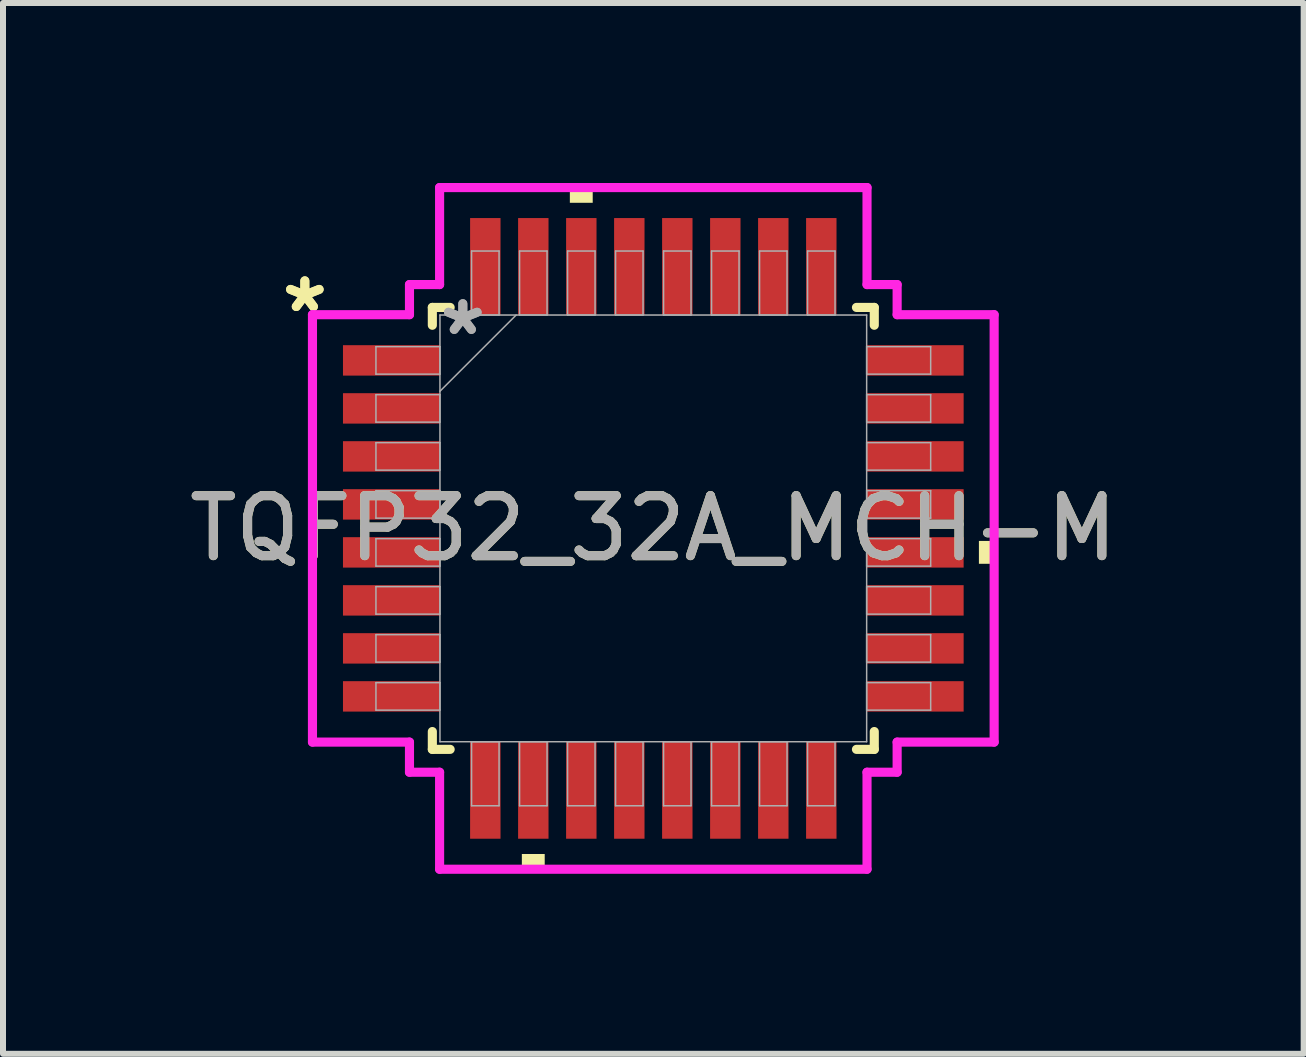
<source format=kicad_pcb>
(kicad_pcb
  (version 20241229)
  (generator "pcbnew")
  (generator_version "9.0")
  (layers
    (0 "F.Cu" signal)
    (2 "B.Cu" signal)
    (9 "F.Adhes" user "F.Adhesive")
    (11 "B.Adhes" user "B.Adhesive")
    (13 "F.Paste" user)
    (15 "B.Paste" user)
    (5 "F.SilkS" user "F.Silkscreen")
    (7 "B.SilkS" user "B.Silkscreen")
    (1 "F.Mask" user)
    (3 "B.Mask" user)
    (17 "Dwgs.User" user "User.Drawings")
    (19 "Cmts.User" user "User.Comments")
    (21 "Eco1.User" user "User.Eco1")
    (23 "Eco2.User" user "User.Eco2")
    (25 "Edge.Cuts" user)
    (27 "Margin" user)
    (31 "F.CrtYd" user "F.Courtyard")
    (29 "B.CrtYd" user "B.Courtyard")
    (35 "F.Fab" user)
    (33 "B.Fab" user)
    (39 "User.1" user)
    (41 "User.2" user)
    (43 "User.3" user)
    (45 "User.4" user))
  (footprint "TQFP32_32A_MCH-M"
    (layer "F.Cu")
    (at 7.839 5.757)
    (property "Reference" "TQFP32_32A_MCH-M" (at 0 0 0) (unlocked yes) (layer "F.SilkS") (effects (font (size 1 1) (thickness 0.15))))
    (attr smd)
    (fp_line (start -3.683 -3.683) (end -3.683 -3.386) (stroke (width 0.152) (type solid)) (layer "F.SilkS"))
    (fp_line (start -3.683 3.386) (end -3.683 3.683) (stroke (width 0.152) (type solid)) (layer "F.SilkS"))
    (fp_line (start -3.683 3.683) (end -3.386 3.683) (stroke (width 0.152) (type solid)) (layer "F.SilkS"))
    (fp_line (start -3.386 -3.683) (end -3.683 -3.683) (stroke (width 0.152) (type solid)) (layer "F.SilkS"))
    (fp_line (start 3.386 3.683) (end 3.683 3.683) (stroke (width 0.152) (type solid)) (layer "F.SilkS"))
    (fp_line (start 3.683 -3.683) (end 3.386 -3.683) (stroke (width 0.152) (type solid)) (layer "F.SilkS"))
    (fp_line (start 3.683 -3.386) (end 3.683 -3.683) (stroke (width 0.152) (type solid)) (layer "F.SilkS"))
    (fp_line (start 3.683 3.683) (end 3.683 3.386) (stroke (width 0.152) (type solid)) (layer "F.SilkS"))
    (fp_poly (pts (xy -2.191 5.427) (xy -2.191 5.681) (xy -1.81 5.681) (xy -1.81 5.427)) (stroke (width 0) (type solid)) (fill yes) (layer "F.SilkS"))
    (fp_poly (pts (xy -1.391 -5.427) (xy -1.391 -5.681) (xy -1.01 -5.681) (xy -1.01 -5.427)) (stroke (width 0) (type solid)) (fill yes) (layer "F.SilkS"))
    (fp_poly (pts (xy 5.681 0.209) (xy 5.681 0.59) (xy 5.427 0.59) (xy 5.427 0.209)) (stroke (width 0) (type solid)) (fill yes) (layer "F.SilkS"))
    (fp_line (start -5.681 -3.562) (end -4.064 -3.562) (stroke (width 0.152) (type solid)) (layer "F.CrtYd"))
    (fp_line (start -5.681 3.562) (end -5.681 -3.562) (stroke (width 0.152) (type solid)) (layer "F.CrtYd"))
    (fp_line (start -4.064 -4.064) (end -3.562 -4.064) (stroke (width 0.152) (type solid)) (layer "F.CrtYd"))
    (fp_line (start -4.064 -3.562) (end -4.064 -4.064) (stroke (width 0.152) (type solid)) (layer "F.CrtYd"))
    (fp_line (start -4.064 3.562) (end -5.681 3.562) (stroke (width 0.152) (type solid)) (layer "F.CrtYd"))
    (fp_line (start -4.064 4.064) (end -4.064 3.562) (stroke (width 0.152) (type solid)) (layer "F.CrtYd"))
    (fp_line (start -4.064 4.064) (end -3.562 4.064) (stroke (width 0.152) (type solid)) (layer "F.CrtYd"))
    (fp_line (start -3.562 -5.681) (end 3.562 -5.681) (stroke (width 0.152) (type solid)) (layer "F.CrtYd"))
    (fp_line (start -3.562 -4.064) (end -3.562 -5.681) (stroke (width 0.152) (type solid)) (layer "F.CrtYd"))
    (fp_line (start -3.562 4.064) (end -3.562 5.681) (stroke (width 0.152) (type solid)) (layer "F.CrtYd"))
    (fp_line (start -3.562 5.681) (end 3.562 5.681) (stroke (width 0.152) (type solid)) (layer "F.CrtYd"))
    (fp_line (start 3.562 -5.681) (end 3.562 -4.064) (stroke (width 0.152) (type solid)) (layer "F.CrtYd"))
    (fp_line (start 3.562 -4.064) (end 4.064 -4.064) (stroke (width 0.152) (type solid)) (layer "F.CrtYd"))
    (fp_line (start 3.562 4.064) (end 4.064 4.064) (stroke (width 0.152) (type solid)) (layer "F.CrtYd"))
    (fp_line (start 3.562 5.681) (end 3.562 4.064) (stroke (width 0.152) (type solid)) (layer "F.CrtYd"))
    (fp_line (start 4.064 -3.562) (end 4.064 -4.064) (stroke (width 0.152) (type solid)) (layer "F.CrtYd"))
    (fp_line (start 4.064 3.562) (end 5.681 3.562) (stroke (width 0.152) (type solid)) (layer "F.CrtYd"))
    (fp_line (start 4.064 4.064) (end 4.064 3.562) (stroke (width 0.152) (type solid)) (layer "F.CrtYd"))
    (fp_line (start 5.681 -3.562) (end 4.064 -3.562) (stroke (width 0.152) (type solid)) (layer "F.CrtYd"))
    (fp_line (start 5.681 3.562) (end 5.681 -3.562) (stroke (width 0.152) (type solid)) (layer "F.CrtYd"))
    (fp_line (start -4.623 -3.029) (end -4.623 -2.571) (stroke (width 0.025) (type solid)) (layer "F.Fab"))
    (fp_line (start -4.623 -2.571) (end -3.556 -2.571) (stroke (width 0.025) (type solid)) (layer "F.Fab"))
    (fp_line (start -4.623 -2.229) (end -4.623 -1.771) (stroke (width 0.025) (type solid)) (layer "F.Fab"))
    (fp_line (start -4.623 -1.771) (end -3.556 -1.771) (stroke (width 0.025) (type solid)) (layer "F.Fab"))
    (fp_line (start -4.623 -1.429) (end -4.623 -0.971) (stroke (width 0.025) (type solid)) (layer "F.Fab"))
    (fp_line (start -4.623 -0.971) (end -3.556 -0.971) (stroke (width 0.025) (type solid)) (layer "F.Fab"))
    (fp_line (start -4.623 -0.629) (end -4.623 -0.171) (stroke (width 0.025) (type solid)) (layer "F.Fab"))
    (fp_line (start -4.623 -0.171) (end -3.556 -0.171) (stroke (width 0.025) (type solid)) (layer "F.Fab"))
    (fp_line (start -4.623 0.171) (end -4.623 0.629) (stroke (width 0.025) (type solid)) (layer "F.Fab"))
    (fp_line (start -4.623 0.629) (end -3.556 0.629) (stroke (width 0.025) (type solid)) (layer "F.Fab"))
    (fp_line (start -4.623 0.971) (end -4.623 1.429) (stroke (width 0.025) (type solid)) (layer "F.Fab"))
    (fp_line (start -4.623 1.429) (end -3.556 1.429) (stroke (width 0.025) (type solid)) (layer "F.Fab"))
    (fp_line (start -4.623 1.771) (end -4.623 2.229) (stroke (width 0.025) (type solid)) (layer "F.Fab"))
    (fp_line (start -4.623 2.229) (end -3.556 2.229) (stroke (width 0.025) (type solid)) (layer "F.Fab"))
    (fp_line (start -4.623 2.571) (end -4.623 3.029) (stroke (width 0.025) (type solid)) (layer "F.Fab"))
    (fp_line (start -4.623 3.029) (end -3.556 3.029) (stroke (width 0.025) (type solid)) (layer "F.Fab"))
    (fp_line (start -3.556 -3.556) (end -3.556 3.556) (stroke (width 0.025) (type solid)) (layer "F.Fab"))
    (fp_line (start -3.556 -3.029) (end -4.623 -3.029) (stroke (width 0.025) (type solid)) (layer "F.Fab"))
    (fp_line (start -3.556 -2.571) (end -3.556 -3.029) (stroke (width 0.025) (type solid)) (layer "F.Fab"))
    (fp_line (start -3.556 -2.286) (end -2.286 -3.556) (stroke (width 0.025) (type solid)) (layer "F.Fab"))
    (fp_line (start -3.556 -2.229) (end -4.623 -2.229) (stroke (width 0.025) (type solid)) (layer "F.Fab"))
    (fp_line (start -3.556 -1.771) (end -3.556 -2.229) (stroke (width 0.025) (type solid)) (layer "F.Fab"))
    (fp_line (start -3.556 -1.429) (end -4.623 -1.429) (stroke (width 0.025) (type solid)) (layer "F.Fab"))
    (fp_line (start -3.556 -0.971) (end -3.556 -1.429) (stroke (width 0.025) (type solid)) (layer "F.Fab"))
    (fp_line (start -3.556 -0.629) (end -4.623 -0.629) (stroke (width 0.025) (type solid)) (layer "F.Fab"))
    (fp_line (start -3.556 -0.171) (end -3.556 -0.629) (stroke (width 0.025) (type solid)) (layer "F.Fab"))
    (fp_line (start -3.556 0.171) (end -4.623 0.171) (stroke (width 0.025) (type solid)) (layer "F.Fab"))
    (fp_line (start -3.556 0.629) (end -3.556 0.171) (stroke (width 0.025) (type solid)) (layer "F.Fab"))
    (fp_line (start -3.556 0.971) (end -4.623 0.971) (stroke (width 0.025) (type solid)) (layer "F.Fab"))
    (fp_line (start -3.556 1.429) (end -3.556 0.971) (stroke (width 0.025) (type solid)) (layer "F.Fab"))
    (fp_line (start -3.556 1.771) (end -4.623 1.771) (stroke (width 0.025) (type solid)) (layer "F.Fab"))
    (fp_line (start -3.556 2.229) (end -3.556 1.771) (stroke (width 0.025) (type solid)) (layer "F.Fab"))
    (fp_line (start -3.556 2.571) (end -4.623 2.571) (stroke (width 0.025) (type solid)) (layer "F.Fab"))
    (fp_line (start -3.556 3.029) (end -3.556 2.571) (stroke (width 0.025) (type solid)) (layer "F.Fab"))
    (fp_line (start -3.556 3.556) (end 3.556 3.556) (stroke (width 0.025) (type solid)) (layer "F.Fab"))
    (fp_line (start -3.029 -4.623) (end -3.029 -3.556) (stroke (width 0.025) (type solid)) (layer "F.Fab"))
    (fp_line (start -3.029 -3.556) (end -2.571 -3.556) (stroke (width 0.025) (type solid)) (layer "F.Fab"))
    (fp_line (start -3.029 3.556) (end -3.029 4.623) (stroke (width 0.025) (type solid)) (layer "F.Fab"))
    (fp_line (start -3.029 4.623) (end -2.571 4.623) (stroke (width 0.025) (type solid)) (layer "F.Fab"))
    (fp_line (start -2.571 -4.623) (end -3.029 -4.623) (stroke (width 0.025) (type solid)) (layer "F.Fab"))
    (fp_line (start -2.571 -3.556) (end -2.571 -4.623) (stroke (width 0.025) (type solid)) (layer "F.Fab"))
    (fp_line (start -2.571 3.556) (end -3.029 3.556) (stroke (width 0.025) (type solid)) (layer "F.Fab"))
    (fp_line (start -2.571 4.623) (end -2.571 3.556) (stroke (width 0.025) (type solid)) (layer "F.Fab"))
    (fp_line (start -2.229 -4.623) (end -2.229 -3.556) (stroke (width 0.025) (type solid)) (layer "F.Fab"))
    (fp_line (start -2.229 -3.556) (end -1.771 -3.556) (stroke (width 0.025) (type solid)) (layer "F.Fab"))
    (fp_line (start -2.229 3.556) (end -2.229 4.623) (stroke (width 0.025) (type solid)) (layer "F.Fab"))
    (fp_line (start -2.229 4.623) (end -1.771 4.623) (stroke (width 0.025) (type solid)) (layer "F.Fab"))
    (fp_line (start -1.771 -4.623) (end -2.229 -4.623) (stroke (width 0.025) (type solid)) (layer "F.Fab"))
    (fp_line (start -1.771 -3.556) (end -1.771 -4.623) (stroke (width 0.025) (type solid)) (layer "F.Fab"))
    (fp_line (start -1.771 3.556) (end -2.229 3.556) (stroke (width 0.025) (type solid)) (layer "F.Fab"))
    (fp_line (start -1.771 4.623) (end -1.771 3.556) (stroke (width 0.025) (type solid)) (layer "F.Fab"))
    (fp_line (start -1.429 -4.623) (end -1.429 -3.556) (stroke (width 0.025) (type solid)) (layer "F.Fab"))
    (fp_line (start -1.429 -3.556) (end -0.971 -3.556) (stroke (width 0.025) (type solid)) (layer "F.Fab"))
    (fp_line (start -1.429 3.556) (end -1.429 4.623) (stroke (width 0.025) (type solid)) (layer "F.Fab"))
    (fp_line (start -1.429 4.623) (end -0.971 4.623) (stroke (width 0.025) (type solid)) (layer "F.Fab"))
    (fp_line (start -0.971 -4.623) (end -1.429 -4.623) (stroke (width 0.025) (type solid)) (layer "F.Fab"))
    (fp_line (start -0.971 -3.556) (end -0.971 -4.623) (stroke (width 0.025) (type solid)) (layer "F.Fab"))
    (fp_line (start -0.971 3.556) (end -1.429 3.556) (stroke (width 0.025) (type solid)) (layer "F.Fab"))
    (fp_line (start -0.971 4.623) (end -0.971 3.556) (stroke (width 0.025) (type solid)) (layer "F.Fab"))
    (fp_line (start -0.629 -4.623) (end -0.629 -3.556) (stroke (width 0.025) (type solid)) (layer "F.Fab"))
    (fp_line (start -0.629 -3.556) (end -0.171 -3.556) (stroke (width 0.025) (type solid)) (layer "F.Fab"))
    (fp_line (start -0.629 3.556) (end -0.629 4.623) (stroke (width 0.025) (type solid)) (layer "F.Fab"))
    (fp_line (start -0.629 4.623) (end -0.171 4.623) (stroke (width 0.025) (type solid)) (layer "F.Fab"))
    (fp_line (start -0.171 -4.623) (end -0.629 -4.623) (stroke (width 0.025) (type solid)) (layer "F.Fab"))
    (fp_line (start -0.171 -3.556) (end -0.171 -4.623) (stroke (width 0.025) (type solid)) (layer "F.Fab"))
    (fp_line (start -0.171 3.556) (end -0.629 3.556) (stroke (width 0.025) (type solid)) (layer "F.Fab"))
    (fp_line (start -0.171 4.623) (end -0.171 3.556) (stroke (width 0.025) (type solid)) (layer "F.Fab"))
    (fp_line (start 0.171 -4.623) (end 0.171 -3.556) (stroke (width 0.025) (type solid)) (layer "F.Fab"))
    (fp_line (start 0.171 -3.556) (end 0.629 -3.556) (stroke (width 0.025) (type solid)) (layer "F.Fab"))
    (fp_line (start 0.171 3.556) (end 0.171 4.623) (stroke (width 0.025) (type solid)) (layer "F.Fab"))
    (fp_line (start 0.171 4.623) (end 0.629 4.623) (stroke (width 0.025) (type solid)) (layer "F.Fab"))
    (fp_line (start 0.629 -4.623) (end 0.171 -4.623) (stroke (width 0.025) (type solid)) (layer "F.Fab"))
    (fp_line (start 0.629 -3.556) (end 0.629 -4.623) (stroke (width 0.025) (type solid)) (layer "F.Fab"))
    (fp_line (start 0.629 3.556) (end 0.171 3.556) (stroke (width 0.025) (type solid)) (layer "F.Fab"))
    (fp_line (start 0.629 4.623) (end 0.629 3.556) (stroke (width 0.025) (type solid)) (layer "F.Fab"))
    (fp_line (start 0.971 -4.623) (end 0.971 -3.556) (stroke (width 0.025) (type solid)) (layer "F.Fab"))
    (fp_line (start 0.971 -3.556) (end 1.429 -3.556) (stroke (width 0.025) (type solid)) (layer "F.Fab"))
    (fp_line (start 0.971 3.556) (end 0.971 4.623) (stroke (width 0.025) (type solid)) (layer "F.Fab"))
    (fp_line (start 0.971 4.623) (end 1.429 4.623) (stroke (width 0.025) (type solid)) (layer "F.Fab"))
    (fp_line (start 1.429 -4.623) (end 0.971 -4.623) (stroke (width 0.025) (type solid)) (layer "F.Fab"))
    (fp_line (start 1.429 -3.556) (end 1.429 -4.623) (stroke (width 0.025) (type solid)) (layer "F.Fab"))
    (fp_line (start 1.429 3.556) (end 0.971 3.556) (stroke (width 0.025) (type solid)) (layer "F.Fab"))
    (fp_line (start 1.429 4.623) (end 1.429 3.556) (stroke (width 0.025) (type solid)) (layer "F.Fab"))
    (fp_line (start 1.771 -4.623) (end 1.771 -3.556) (stroke (width 0.025) (type solid)) (layer "F.Fab"))
    (fp_line (start 1.771 -3.556) (end 2.229 -3.556) (stroke (width 0.025) (type solid)) (layer "F.Fab"))
    (fp_line (start 1.771 3.556) (end 1.771 4.623) (stroke (width 0.025) (type solid)) (layer "F.Fab"))
    (fp_line (start 1.771 4.623) (end 2.229 4.623) (stroke (width 0.025) (type solid)) (layer "F.Fab"))
    (fp_line (start 2.229 -4.623) (end 1.771 -4.623) (stroke (width 0.025) (type solid)) (layer "F.Fab"))
    (fp_line (start 2.229 -3.556) (end 2.229 -4.623) (stroke (width 0.025) (type solid)) (layer "F.Fab"))
    (fp_line (start 2.229 3.556) (end 1.771 3.556) (stroke (width 0.025) (type solid)) (layer "F.Fab"))
    (fp_line (start 2.229 4.623) (end 2.229 3.556) (stroke (width 0.025) (type solid)) (layer "F.Fab"))
    (fp_line (start 2.571 -4.623) (end 2.571 -3.556) (stroke (width 0.025) (type solid)) (layer "F.Fab"))
    (fp_line (start 2.571 -3.556) (end 3.029 -3.556) (stroke (width 0.025) (type solid)) (layer "F.Fab"))
    (fp_line (start 2.571 3.556) (end 2.571 4.623) (stroke (width 0.025) (type solid)) (layer "F.Fab"))
    (fp_line (start 2.571 4.623) (end 3.029 4.623) (stroke (width 0.025) (type solid)) (layer "F.Fab"))
    (fp_line (start 3.029 -4.623) (end 2.571 -4.623) (stroke (width 0.025) (type solid)) (layer "F.Fab"))
    (fp_line (start 3.029 -3.556) (end 3.029 -4.623) (stroke (width 0.025) (type solid)) (layer "F.Fab"))
    (fp_line (start 3.029 3.556) (end 2.571 3.556) (stroke (width 0.025) (type solid)) (layer "F.Fab"))
    (fp_line (start 3.029 4.623) (end 3.029 3.556) (stroke (width 0.025) (type solid)) (layer "F.Fab"))
    (fp_line (start 3.556 -3.556) (end -3.556 -3.556) (stroke (width 0.025) (type solid)) (layer "F.Fab"))
    (fp_line (start 3.556 -3.029) (end 3.556 -2.571) (stroke (width 0.025) (type solid)) (layer "F.Fab"))
    (fp_line (start 3.556 -2.571) (end 4.623 -2.571) (stroke (width 0.025) (type solid)) (layer "F.Fab"))
    (fp_line (start 3.556 -2.229) (end 3.556 -1.771) (stroke (width 0.025) (type solid)) (layer "F.Fab"))
    (fp_line (start 3.556 -1.771) (end 4.623 -1.771) (stroke (width 0.025) (type solid)) (layer "F.Fab"))
    (fp_line (start 3.556 -1.429) (end 3.556 -0.971) (stroke (width 0.025) (type solid)) (layer "F.Fab"))
    (fp_line (start 3.556 -0.971) (end 4.623 -0.971) (stroke (width 0.025) (type solid)) (layer "F.Fab"))
    (fp_line (start 3.556 -0.629) (end 3.556 -0.171) (stroke (width 0.025) (type solid)) (layer "F.Fab"))
    (fp_line (start 3.556 -0.171) (end 4.623 -0.171) (stroke (width 0.025) (type solid)) (layer "F.Fab"))
    (fp_line (start 3.556 0.171) (end 3.556 0.629) (stroke (width 0.025) (type solid)) (layer "F.Fab"))
    (fp_line (start 3.556 0.629) (end 4.623 0.629) (stroke (width 0.025) (type solid)) (layer "F.Fab"))
    (fp_line (start 3.556 0.971) (end 3.556 1.429) (stroke (width 0.025) (type solid)) (layer "F.Fab"))
    (fp_line (start 3.556 1.429) (end 4.623 1.429) (stroke (width 0.025) (type solid)) (layer "F.Fab"))
    (fp_line (start 3.556 1.771) (end 3.556 2.229) (stroke (width 0.025) (type solid)) (layer "F.Fab"))
    (fp_line (start 3.556 2.229) (end 4.623 2.229) (stroke (width 0.025) (type solid)) (layer "F.Fab"))
    (fp_line (start 3.556 2.571) (end 3.556 3.029) (stroke (width 0.025) (type solid)) (layer "F.Fab"))
    (fp_line (start 3.556 3.029) (end 4.623 3.029) (stroke (width 0.025) (type solid)) (layer "F.Fab"))
    (fp_line (start 3.556 3.556) (end 3.556 -3.556) (stroke (width 0.025) (type solid)) (layer "F.Fab"))
    (fp_line (start 4.623 -3.029) (end 3.556 -3.029) (stroke (width 0.025) (type solid)) (layer "F.Fab"))
    (fp_line (start 4.623 -2.571) (end 4.623 -3.029) (stroke (width 0.025) (type solid)) (layer "F.Fab"))
    (fp_line (start 4.623 -2.229) (end 3.556 -2.229) (stroke (width 0.025) (type solid)) (layer "F.Fab"))
    (fp_line (start 4.623 -1.771) (end 4.623 -2.229) (stroke (width 0.025) (type solid)) (layer "F.Fab"))
    (fp_line (start 4.623 -1.429) (end 3.556 -1.429) (stroke (width 0.025) (type solid)) (layer "F.Fab"))
    (fp_line (start 4.623 -0.971) (end 4.623 -1.429) (stroke (width 0.025) (type solid)) (layer "F.Fab"))
    (fp_line (start 4.623 -0.629) (end 3.556 -0.629) (stroke (width 0.025) (type solid)) (layer "F.Fab"))
    (fp_line (start 4.623 -0.171) (end 4.623 -0.629) (stroke (width 0.025) (type solid)) (layer "F.Fab"))
    (fp_line (start 4.623 0.171) (end 3.556 0.171) (stroke (width 0.025) (type solid)) (layer "F.Fab"))
    (fp_line (start 4.623 0.629) (end 4.623 0.171) (stroke (width 0.025) (type solid)) (layer "F.Fab"))
    (fp_line (start 4.623 0.971) (end 3.556 0.971) (stroke (width 0.025) (type solid)) (layer "F.Fab"))
    (fp_line (start 4.623 1.429) (end 4.623 0.971) (stroke (width 0.025) (type solid)) (layer "F.Fab"))
    (fp_line (start 4.623 1.771) (end 3.556 1.771) (stroke (width 0.025) (type solid)) (layer "F.Fab"))
    (fp_line (start 4.623 2.229) (end 4.623 1.771) (stroke (width 0.025) (type solid)) (layer "F.Fab"))
    (fp_line (start 4.623 2.571) (end 3.556 2.571) (stroke (width 0.025) (type solid)) (layer "F.Fab"))
    (fp_line (start 4.623 3.029) (end 4.623 2.571) (stroke (width 0.025) (type solid)) (layer "F.Fab"))
    (fp_text user "*" (at -5.808 -3.581 0) (unlocked yes) (layer "F.SilkS") (effects (font (size 1 1) (thickness 0.15))))
    (fp_text user "*" (at -5.808 -3.581 0) (layer "F.SilkS") (effects (font (size 1 1) (thickness 0.15))))
    (fp_text user "*" (at -3.175 -3.2 0) (unlocked yes) (layer "F.Fab") (effects (font (size 1 1) (thickness 0.15))))
    (fp_text user "*" (at -3.175 -3.2 0) (layer "F.Fab") (effects (font (size 1 1) (thickness 0.15))))
    (fp_text user "${REFERENCE}" (at 0 0 0) (unlocked yes) (layer "F.Fab") (effects (font (size 1 1) (thickness 0.15))))
    (pad "1" smd rect (at -4.364 -2.8 90) (size 0.507 1.617) (layers "F.Cu" "F.Mask" "F.Paste"))
    (pad "2" smd rect (at -4.364 -2 90) (size 0.507 1.617) (layers "F.Cu" "F.Mask" "F.Paste"))
    (pad "3" smd rect (at -4.364 -1.2 90) (size 0.507 1.617) (layers "F.Cu" "F.Mask" "F.Paste"))
    (pad "4" smd rect (at -4.364 -0.4 90) (size 0.507 1.617) (layers "F.Cu" "F.Mask" "F.Paste"))
    (pad "5" smd rect (at -4.364 0.4 90) (size 0.507 1.617) (layers "F.Cu" "F.Mask" "F.Paste"))
    (pad "6" smd rect (at -4.364 1.2 90) (size 0.507 1.617) (layers "F.Cu" "F.Mask" "F.Paste"))
    (pad "7" smd rect (at -4.364 2 90) (size 0.507 1.617) (layers "F.Cu" "F.Mask" "F.Paste"))
    (pad "8" smd rect (at -4.364 2.8 90) (size 0.507 1.617) (layers "F.Cu" "F.Mask" "F.Paste"))
    (pad "9" smd rect (at -2.8 4.364) (size 0.507 1.617) (layers "F.Cu" "F.Mask" "F.Paste"))
    (pad "10" smd rect (at -2 4.364) (size 0.507 1.617) (layers "F.Cu" "F.Mask" "F.Paste"))
    (pad "11" smd rect (at -1.2 4.364) (size 0.507 1.617) (layers "F.Cu" "F.Mask" "F.Paste"))
    (pad "12" smd rect (at -0.4 4.364) (size 0.507 1.617) (layers "F.Cu" "F.Mask" "F.Paste"))
    (pad "13" smd rect (at 0.4 4.364) (size 0.507 1.617) (layers "F.Cu" "F.Mask" "F.Paste"))
    (pad "14" smd rect (at 1.2 4.364) (size 0.507 1.617) (layers "F.Cu" "F.Mask" "F.Paste"))
    (pad "15" smd rect (at 2 4.364) (size 0.507 1.617) (layers "F.Cu" "F.Mask" "F.Paste"))
    (pad "16" smd rect (at 2.8 4.364) (size 0.507 1.617) (layers "F.Cu" "F.Mask" "F.Paste"))
    (pad "17" smd rect (at 4.364 2.8 90) (size 0.507 1.617) (layers "F.Cu" "F.Mask" "F.Paste"))
    (pad "18" smd rect (at 4.364 2 90) (size 0.507 1.617) (layers "F.Cu" "F.Mask" "F.Paste"))
    (pad "19" smd rect (at 4.364 1.2 90) (size 0.507 1.617) (layers "F.Cu" "F.Mask" "F.Paste"))
    (pad "20" smd rect (at 4.364 0.4 90) (size 0.507 1.617) (layers "F.Cu" "F.Mask" "F.Paste"))
    (pad "21" smd rect (at 4.364 -0.4 90) (size 0.507 1.617) (layers "F.Cu" "F.Mask" "F.Paste"))
    (pad "22" smd rect (at 4.364 -1.2 90) (size 0.507 1.617) (layers "F.Cu" "F.Mask" "F.Paste"))
    (pad "23" smd rect (at 4.364 -2 90) (size 0.507 1.617) (layers "F.Cu" "F.Mask" "F.Paste"))
    (pad "24" smd rect (at 4.364 -2.8 90) (size 0.507 1.617) (layers "F.Cu" "F.Mask" "F.Paste"))
    (pad "25" smd rect (at 2.8 -4.364) (size 0.507 1.617) (layers "F.Cu" "F.Mask" "F.Paste"))
    (pad "26" smd rect (at 2 -4.364) (size 0.507 1.617) (layers "F.Cu" "F.Mask" "F.Paste"))
    (pad "27" smd rect (at 1.2 -4.364) (size 0.507 1.617) (layers "F.Cu" "F.Mask" "F.Paste"))
    (pad "28" smd rect (at 0.4 -4.364) (size 0.507 1.617) (layers "F.Cu" "F.Mask" "F.Paste"))
    (pad "29" smd rect (at -0.4 -4.364) (size 0.507 1.617) (layers "F.Cu" "F.Mask" "F.Paste"))
    (pad "30" smd rect (at -1.2 -4.364) (size 0.507 1.617) (layers "F.Cu" "F.Mask" "F.Paste"))
    (pad "31" smd rect (at -2 -4.364) (size 0.507 1.617) (layers "F.Cu" "F.Mask" "F.Paste"))
    (pad "32" smd rect (at -2.8 -4.364) (size 0.507 1.617) (layers "F.Cu" "F.Mask" "F.Paste")))
  (gr_rect
    (start -3 -3)
    (end 18.679 14.514)
    (stroke (width 0.1) (type default))
    (fill no)
    (layer "Edge.Cuts")))
</source>
